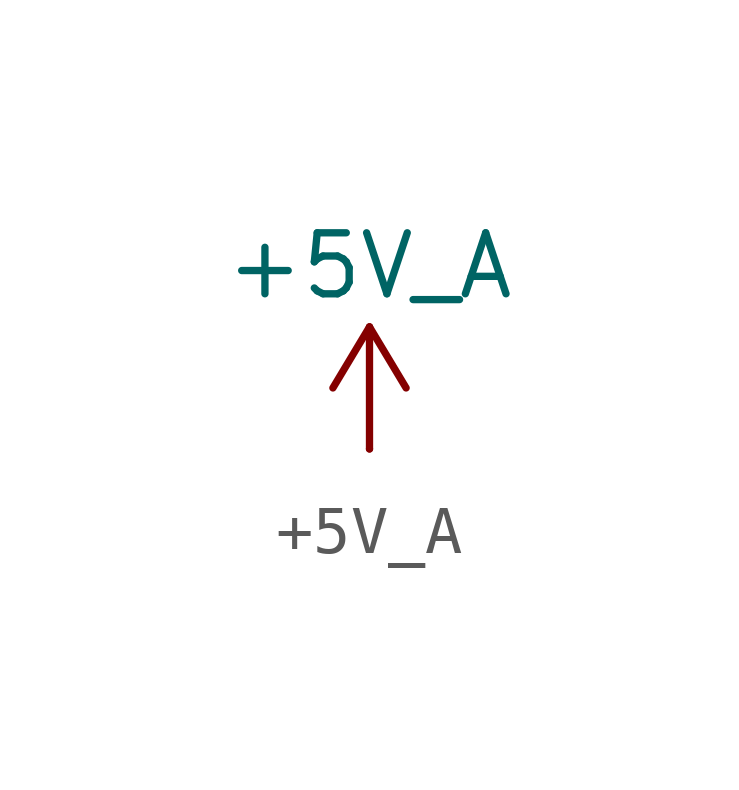
<source format=kicad_sym>
(kicad_symbol_lib
  (version 20231120)
  (generator "kicad_symbol_editor")
  (generator_version "8.0")
  (symbol "+5V_A"
    (power)
    (pin_numbers hide)
    (pin_names
      (offset 0) hide)
    (property "Reference" "#PWR"
      (at 0.254 -1.778 0)
      (effects (font (size 1.27 1.27)) (hide yes)))
    (property "Value" "+5V_A"
      (at 0 3.81 0)
      (effects (font (size 1.27 1.27))))
    (symbol "+5V_A_0_1"
      (polyline (pts (xy -0.762 1.27) (xy 0 2.54)) (stroke (width 0) (type default)) (fill (type none)))
      (polyline (pts (xy 0 0) (xy 0 2.54)) (stroke (width 0) (type default)) (fill (type none)))
      (polyline (pts (xy 0 2.54) (xy 0.762 1.27)) (stroke (width 0) (type default)) (fill (type none))))
    (symbol "+5V_A_1_1"
      (pin power_in line (at 0 0 90) (length 0) (name "~" (effects (font (size 1.27 1.27)))) (number "1" (effects (font (size 1.27 1.27))))))))
</source>
